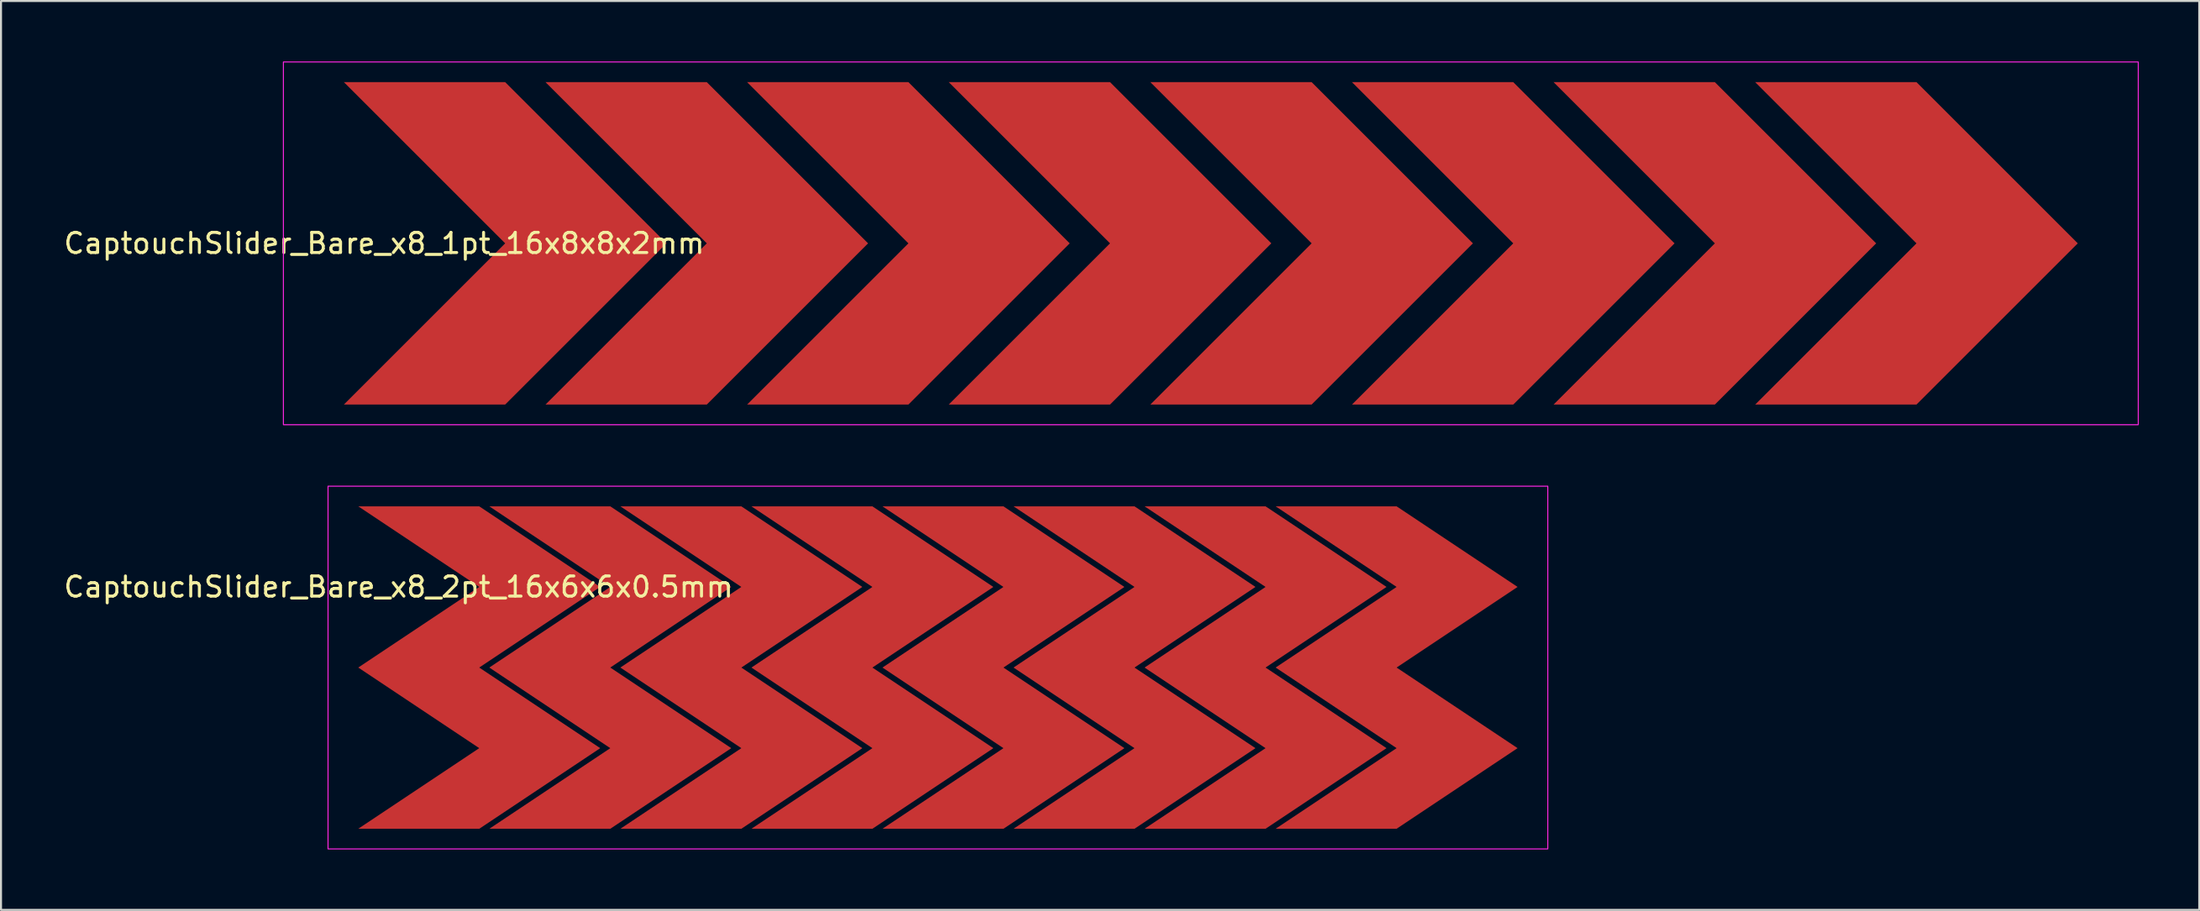
<source format=kicad_pcb>
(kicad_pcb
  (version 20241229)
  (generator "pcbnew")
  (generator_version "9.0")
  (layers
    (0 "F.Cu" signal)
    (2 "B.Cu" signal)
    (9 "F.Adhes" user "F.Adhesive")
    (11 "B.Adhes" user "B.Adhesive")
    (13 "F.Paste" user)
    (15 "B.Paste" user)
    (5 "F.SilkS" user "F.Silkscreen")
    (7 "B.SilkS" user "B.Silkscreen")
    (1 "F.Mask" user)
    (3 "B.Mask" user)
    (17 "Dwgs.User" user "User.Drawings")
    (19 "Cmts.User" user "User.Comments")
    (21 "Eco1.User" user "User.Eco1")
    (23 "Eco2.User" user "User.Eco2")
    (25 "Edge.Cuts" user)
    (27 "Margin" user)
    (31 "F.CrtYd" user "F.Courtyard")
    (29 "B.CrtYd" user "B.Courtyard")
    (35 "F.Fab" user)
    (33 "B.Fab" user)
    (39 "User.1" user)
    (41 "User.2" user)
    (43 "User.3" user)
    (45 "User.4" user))
  (footprint "CaptouchSlider_Bare_x8_2pt_16x6x6x0.5mm"
    (layer "F.Cu")
    (at 14.72 30.075)
    (property "Reference" "CaptouchSlider_Bare_x8_2pt_16x6x6x0.5mm" (at 2 -4 0) (layer "F.SilkS") (effects (font (size 1 1) (thickness 0.15))))
    (attr exclude_from_pos_files exclude_from_bom)
    (fp_poly (pts (xy 58 -4) (xy 58 0) (xy 58 4) (xy 58 8) (xy -0.5 8) (xy -0.5 4) (xy -0.5 0) (xy -0.5 -4) (xy -0.5 -8) (xy 58 -8)) (stroke (width 2) (type solid)) (fill yes) (layer "F.Mask"))
    (fp_rect (start -1.5 -9) (end 59 9) (stroke (width 0.05) (type solid)) (fill no) (layer "F.CrtYd"))
    (pad "1" smd custom (at 11.5 0) (size 1.8 1.8) (layers "F.Cu") (options (anchor circle)) (primitives (gr_poly (pts (xy 7 -4) (xy 1 0) (xy 7 4) (xy 1 8) (xy -5 8) (xy 1 4) (xy -5 0) (xy 1 -4) (xy -5 -8) (xy 1 -8)) (width 0) (fill yes))))
    (pad "2" smd custom (at 18 0) (size 1.8 1.8) (layers "F.Cu") (options (anchor circle)) (primitives (gr_poly (pts (xy 7 -4) (xy 1 0) (xy 7 4) (xy 1 8) (xy -5 8) (xy 1 4) (xy -5 0) (xy 1 -4) (xy -5 -8) (xy 1 -8)) (width 0) (fill yes))))
    (pad "3" smd custom (at 24.5 0) (size 1.8 1.8) (layers "F.Cu") (options (anchor circle)) (primitives (gr_poly (pts (xy 7 -4) (xy 1 0) (xy 7 4) (xy 1 8) (xy -5 8) (xy 1 4) (xy -5 0) (xy 1 -4) (xy -5 -8) (xy 1 -8)) (width 0) (fill yes))))
    (pad "4" smd custom (at 31 0) (size 1.8 1.8) (layers "F.Cu") (options (anchor circle)) (primitives (gr_poly (pts (xy 7 -4) (xy 1 0) (xy 7 4) (xy 1 8) (xy -5 8) (xy 1 4) (xy -5 0) (xy 1 -4) (xy -5 -8) (xy 1 -8)) (width 0) (fill yes))))
    (pad "5" smd custom (at 37.5 0) (size 1.8 1.8) (layers "F.Cu") (options (anchor circle)) (primitives (gr_poly (pts (xy 7 -4) (xy 1 0) (xy 7 4) (xy 1 8) (xy -5 8) (xy 1 4) (xy -5 0) (xy 1 -4) (xy -5 -8) (xy 1 -8)) (width 0) (fill yes))))
    (pad "6" smd custom (at 44 0) (size 1.8 1.8) (layers "F.Cu") (options (anchor circle)) (primitives (gr_poly (pts (xy 7 -4) (xy 1 0) (xy 7 4) (xy 1 8) (xy -5 8) (xy 1 4) (xy -5 0) (xy 1 -4) (xy -5 -8) (xy 1 -8)) (width 0) (fill yes))))
    (pad "7" smd custom (at 50.5 0) (size 1.8 1.8) (layers "F.Cu") (options (anchor circle)) (primitives (gr_poly (pts (xy 7 -4) (xy 1 0) (xy 7 4) (xy 1 8) (xy -5 8) (xy 1 4) (xy -5 0) (xy 1 -4) (xy -5 -8) (xy 1 -8)) (width 0) (fill yes))))
    (pad "8" smd custom (at 5 0) (size 1.8 1.8) (layers "F.Cu") (options (anchor circle)) (primitives (gr_poly (pts (xy 7 -4) (xy 1 0) (xy 7 4) (xy 1 8) (xy -5 8) (xy 1 4) (xy -5 0) (xy 1 -4) (xy -5 -8) (xy 1 -8)) (width 0) (fill yes))))
    (zone (net_name "") (layers "F.Cu" "B.Cu") (hatch edge 0.508) (connect_pads) (min_thickness 0.254) (filled_areas_thickness no) (keepout (tracks not_allowed) (vias not_allowed) (pads not_allowed) (copperpour not_allowed) (footprints not_allowed)) (placement (enabled no)) (fill) (polygon (pts (xy 20.72 26.075) (xy 14.72 30.075) (xy 20.72 34.075) (xy 14.72 38.075) (xy 14.22 38.075) (xy 20.22 34.075) (xy 14.22 30.075) (xy 20.22 26.075) (xy 14.22 22.075) (xy 14.72 22.075))))
    (zone (net_name "") (layers "F.Cu" "B.Cu") (hatch edge 0.508) (connect_pads) (min_thickness 0.254) (filled_areas_thickness no) (keepout (tracks not_allowed) (vias not_allowed) (pads not_allowed) (copperpour not_allowed) (footprints not_allowed)) (placement (enabled no)) (fill) (polygon (pts (xy 27.22 26.075) (xy 21.22 30.075) (xy 27.22 34.075) (xy 21.22 38.075) (xy 20.72 38.075) (xy 26.72 34.075) (xy 20.72 30.075) (xy 26.72 26.075) (xy 20.72 22.075) (xy 21.22 22.075))))
    (zone (net_name "") (layers "F.Cu" "B.Cu") (hatch edge 0.508) (connect_pads) (min_thickness 0.254) (filled_areas_thickness no) (keepout (tracks not_allowed) (vias not_allowed) (pads not_allowed) (copperpour not_allowed) (footprints not_allowed)) (placement (enabled no)) (fill) (polygon (pts (xy 33.72 26.075) (xy 27.72 30.075) (xy 33.72 34.075) (xy 27.72 38.075) (xy 27.22 38.075) (xy 33.22 34.075) (xy 27.22 30.075) (xy 33.22 26.075) (xy 27.22 22.075) (xy 27.72 22.075))))
    (zone (net_name "") (layers "F.Cu" "B.Cu") (hatch edge 0.508) (connect_pads) (min_thickness 0.254) (filled_areas_thickness no) (keepout (tracks not_allowed) (vias not_allowed) (pads not_allowed) (copperpour not_allowed) (footprints not_allowed)) (placement (enabled no)) (fill) (polygon (pts (xy 40.22 26.075) (xy 34.22 30.075) (xy 40.22 34.075) (xy 34.22 38.075) (xy 33.72 38.075) (xy 39.72 34.075) (xy 33.72 30.075) (xy 39.72 26.075) (xy 33.72 22.075) (xy 34.22 22.075))))
    (zone (net_name "") (layers "F.Cu" "B.Cu") (hatch edge 0.508) (connect_pads) (min_thickness 0.254) (filled_areas_thickness no) (keepout (tracks not_allowed) (vias not_allowed) (pads not_allowed) (copperpour not_allowed) (footprints not_allowed)) (placement (enabled no)) (fill) (polygon (pts (xy 46.72 26.075) (xy 40.72 30.075) (xy 46.72 34.075) (xy 40.72 38.075) (xy 40.22 38.075) (xy 46.22 34.075) (xy 40.22 30.075) (xy 46.22 26.075) (xy 40.22 22.075) (xy 40.72 22.075))))
    (zone (net_name "") (layers "F.Cu" "B.Cu") (hatch edge 0.508) (connect_pads) (min_thickness 0.254) (filled_areas_thickness no) (keepout (tracks not_allowed) (vias not_allowed) (pads not_allowed) (copperpour not_allowed) (footprints not_allowed)) (placement (enabled no)) (fill) (polygon (pts (xy 53.22 26.075) (xy 47.22 30.075) (xy 53.22 34.075) (xy 47.22 38.075) (xy 46.72 38.075) (xy 52.72 34.075) (xy 46.72 30.075) (xy 52.72 26.075) (xy 46.72 22.075) (xy 47.22 22.075))))
    (zone (net_name "") (layers "F.Cu" "B.Cu") (hatch edge 0.508) (connect_pads) (min_thickness 0.254) (filled_areas_thickness no) (keepout (tracks not_allowed) (vias not_allowed) (pads not_allowed) (copperpour not_allowed) (footprints not_allowed)) (placement (enabled no)) (fill) (polygon (pts (xy 59.72 26.075) (xy 53.72 30.075) (xy 59.72 34.075) (xy 53.72 38.075) (xy 53.22 38.075) (xy 59.22 34.075) (xy 53.22 30.075) (xy 59.22 26.075) (xy 53.22 22.075) (xy 53.72 22.075))))
    (zone (net_name "") (layers "F.Cu" "B.Cu") (hatch edge 0.508) (connect_pads) (min_thickness 0.254) (filled_areas_thickness no) (keepout (tracks not_allowed) (vias not_allowed) (pads not_allowed) (copperpour not_allowed) (footprints not_allowed)) (placement (enabled no)) (fill) (polygon (pts (xy 66.22 26.075) (xy 60.22 30.075) (xy 66.22 34.075) (xy 60.22 38.075) (xy 59.72 38.075) (xy 65.72 34.075) (xy 59.72 30.075) (xy 65.72 26.075) (xy 59.72 22.075) (xy 60.22 22.075))))
    (zone (net_name "") (layers "F.Cu" "B.Cu") (hatch edge 0.508) (connect_pads) (min_thickness 0.254) (filled_areas_thickness no) (keepout (tracks not_allowed) (vias not_allowed) (pads not_allowed) (copperpour not_allowed) (footprints not_allowed)) (placement (enabled no)) (fill) (polygon (pts (xy 72.72 26.075) (xy 66.72 30.075) (xy 72.72 34.075) (xy 66.72 38.075) (xy 66.22 38.075) (xy 72.22 34.075) (xy 66.22 30.075) (xy 72.22 26.075) (xy 66.22 22.075) (xy 66.72 22.075)))))
  (footprint "CaptouchSlider_Bare_x8_1pt_16x8x8x2mm"
    (layer "F.Cu")
    (at 22.006 9.025)
    (property "Reference" "CaptouchSlider_Bare_x8_1pt_16x8x8x2mm" (at -6 0 0) (layer "F.SilkS") (effects (font (size 1 1) (thickness 0.15))))
    (attr exclude_from_pos_files exclude_from_bom)
    (fp_poly (pts (xy 80 0) (xy 80 8) (xy -10 8) (xy -10 0) (xy -10 -8) (xy 80 -8)) (stroke (width 2) (type solid)) (fill yes) (layer "F.Mask"))
    (fp_rect (start -11 -9) (end 81 9) (stroke (width 0.05) (type solid)) (fill no) (layer "F.CrtYd"))
    (pad "1" smd custom (at 13 0 90) (size 1.5 1.5) (layers "F.Cu") (options (anchor circle)) (primitives (gr_poly (pts (xy 0 -3) (xy 8 -11) (xy 8 -3) (xy 0 5) (xy -8 -3) (xy -8 -11)) (width 0) (fill yes))))
    (pad "2" smd custom (at 23 0 90) (size 1.5 1.5) (layers "F.Cu") (options (anchor circle)) (primitives (gr_poly (pts (xy 0 5) (xy -8 -3) (xy -8 -11) (xy 0 -3) (xy 8 -11) (xy 8 -3)) (width 0) (fill yes))))
    (pad "3" smd custom (at 33 0 90) (size 1.5 1.5) (layers "F.Cu") (options (anchor circle)) (primitives (gr_poly (pts (xy 0 5) (xy -8 -3) (xy -8 -11) (xy 0 -3) (xy 8 -11) (xy 8 -3)) (width 0) (fill yes))))
    (pad "4" smd custom (at 43 0 90) (size 1.5 1.5) (layers "F.Cu") (options (anchor circle)) (primitives (gr_poly (pts (xy 0 5) (xy -8 -3) (xy -8 -11) (xy 0 -3) (xy 8 -11) (xy 8 -3)) (width 0) (fill yes))))
    (pad "5" smd custom (at 53 0 90) (size 1.5 1.5) (layers "F.Cu") (options (anchor circle)) (primitives (gr_poly (pts (xy 0 5) (xy -8 -3) (xy -8 -11) (xy 0 -3) (xy 8 -11) (xy 8 -3)) (width 0) (fill yes))))
    (pad "6" smd custom (at 63 0 90) (size 1.5 1.5) (layers "F.Cu") (options (anchor circle)) (primitives (gr_poly (pts (xy 0 5) (xy -8 -3) (xy -8 -11) (xy 0 -3) (xy 8 -11) (xy 8 -3)) (width 0) (fill yes))))
    (pad "7" smd custom (at 73 0 90) (size 1.5 1.5) (layers "F.Cu") (options (anchor circle)) (primitives (gr_poly (pts (xy 0 5) (xy -8 -3) (xy -8 -11) (xy 0 -3) (xy 8 -11) (xy 8 -3)) (width 0) (fill yes))))
    (pad "8" smd custom (at 3 0 90) (size 1.5 1.5) (layers "F.Cu") (options (anchor circle)) (primitives (gr_poly (pts (xy 0 -3) (xy 8 -11) (xy 8 -3) (xy 0 5) (xy -8 -3) (xy -8 -11)) (width 0) (fill yes))))
    (zone (net_name "") (layers "F.Cu" "B.Cu") (hatch edge 0.508) (connect_pads) (min_thickness 0.254) (filled_areas_thickness no) (keepout (tracks not_allowed) (vias not_allowed) (pads not_allowed) (copperpour not_allowed) (footprints not_allowed)) (placement (enabled no)) (fill) (polygon (pts (xy 22.006 9.025) (xy 14.006 17.025) (xy 12.006 17.025) (xy 20.006 9.025) (xy 12.006 1.025) (xy 14.006 1.025))))
    (zone (net_name "") (layers "F.Cu" "B.Cu") (hatch edge 0.508) (connect_pads) (min_thickness 0.254) (filled_areas_thickness no) (keepout (tracks not_allowed) (vias not_allowed) (pads not_allowed) (copperpour not_allowed) (footprints not_allowed)) (placement (enabled no)) (fill) (polygon (pts (xy 32.006 9.025) (xy 24.006 17.025) (xy 22.006 17.025) (xy 30.006 9.025) (xy 22.006 1.025) (xy 24.006 1.025))))
    (zone (net_name "") (layers "F.Cu" "B.Cu") (hatch edge 0.508) (connect_pads) (min_thickness 0.254) (filled_areas_thickness no) (keepout (tracks not_allowed) (vias not_allowed) (pads not_allowed) (copperpour not_allowed) (footprints not_allowed)) (placement (enabled no)) (fill) (polygon (pts (xy 42.006 9.025) (xy 34.006 17.025) (xy 32.006 17.025) (xy 40.006 9.025) (xy 32.006 1.025) (xy 34.006 1.025))))
    (zone (net_name "") (layers "F.Cu" "B.Cu") (hatch edge 0.508) (connect_pads) (min_thickness 0.254) (filled_areas_thickness no) (keepout (tracks not_allowed) (vias not_allowed) (pads not_allowed) (copperpour not_allowed) (footprints not_allowed)) (placement (enabled no)) (fill) (polygon (pts (xy 52.006 9.025) (xy 44.006 17.025) (xy 42.006 17.025) (xy 50.006 9.025) (xy 42.006 1.025) (xy 44.006 1.025))))
    (zone (net_name "") (layers "F.Cu" "B.Cu") (hatch edge 0.508) (connect_pads) (min_thickness 0.254) (filled_areas_thickness no) (keepout (tracks not_allowed) (vias not_allowed) (pads not_allowed) (copperpour not_allowed) (footprints not_allowed)) (placement (enabled no)) (fill) (polygon (pts (xy 62.006 9.025) (xy 54.006 17.025) (xy 52.006 17.025) (xy 60.006 9.025) (xy 52.006 1.025) (xy 54.006 1.025))))
    (zone (net_name "") (layers "F.Cu" "B.Cu") (hatch edge 0.508) (connect_pads) (min_thickness 0.254) (filled_areas_thickness no) (keepout (tracks not_allowed) (vias not_allowed) (pads not_allowed) (copperpour not_allowed) (footprints not_allowed)) (placement (enabled no)) (fill) (polygon (pts (xy 72.006 9.025) (xy 64.006 17.025) (xy 62.006 17.025) (xy 70.006 9.025) (xy 62.006 1.025) (xy 64.006 1.025))))
    (zone (net_name "") (layers "F.Cu" "B.Cu") (hatch edge 0.508) (connect_pads) (min_thickness 0.254) (filled_areas_thickness no) (keepout (tracks not_allowed) (vias not_allowed) (pads not_allowed) (copperpour not_allowed) (footprints not_allowed)) (placement (enabled no)) (fill) (polygon (pts (xy 82.006 9.025) (xy 74.006 17.025) (xy 72.006 17.025) (xy 80.006 9.025) (xy 72.006 1.025) (xy 74.006 1.025))))
    (zone (net_name "") (layers "F.Cu" "B.Cu") (hatch edge 0.508) (connect_pads) (min_thickness 0.254) (filled_areas_thickness no) (keepout (tracks not_allowed) (vias not_allowed) (pads not_allowed) (copperpour not_allowed) (footprints not_allowed)) (placement (enabled no)) (fill) (polygon (pts (xy 92.006 9.025) (xy 84.006 17.025) (xy 82.006 17.025) (xy 90.006 9.025) (xy 82.006 1.025) (xy 84.006 1.025))))
    (zone (net_name "") (layers "F.Cu" "B.Cu") (hatch edge 0.508) (connect_pads) (min_thickness 0.254) (filled_areas_thickness no) (keepout (tracks not_allowed) (vias not_allowed) (pads not_allowed) (copperpour not_allowed) (footprints not_allowed)) (placement (enabled no)) (fill) (polygon (pts (xy 102.006 9.025) (xy 94.006 17.025) (xy 92.006 17.025) (xy 100.006 9.025) (xy 92.006 1.025) (xy 94.006 1.025)))))
  (gr_rect
    (start -3 -3)
    (end 106.031 42.1)
    (stroke (width 0.1) (type default))
    (fill no)
    (layer "Edge.Cuts")))
</source>
